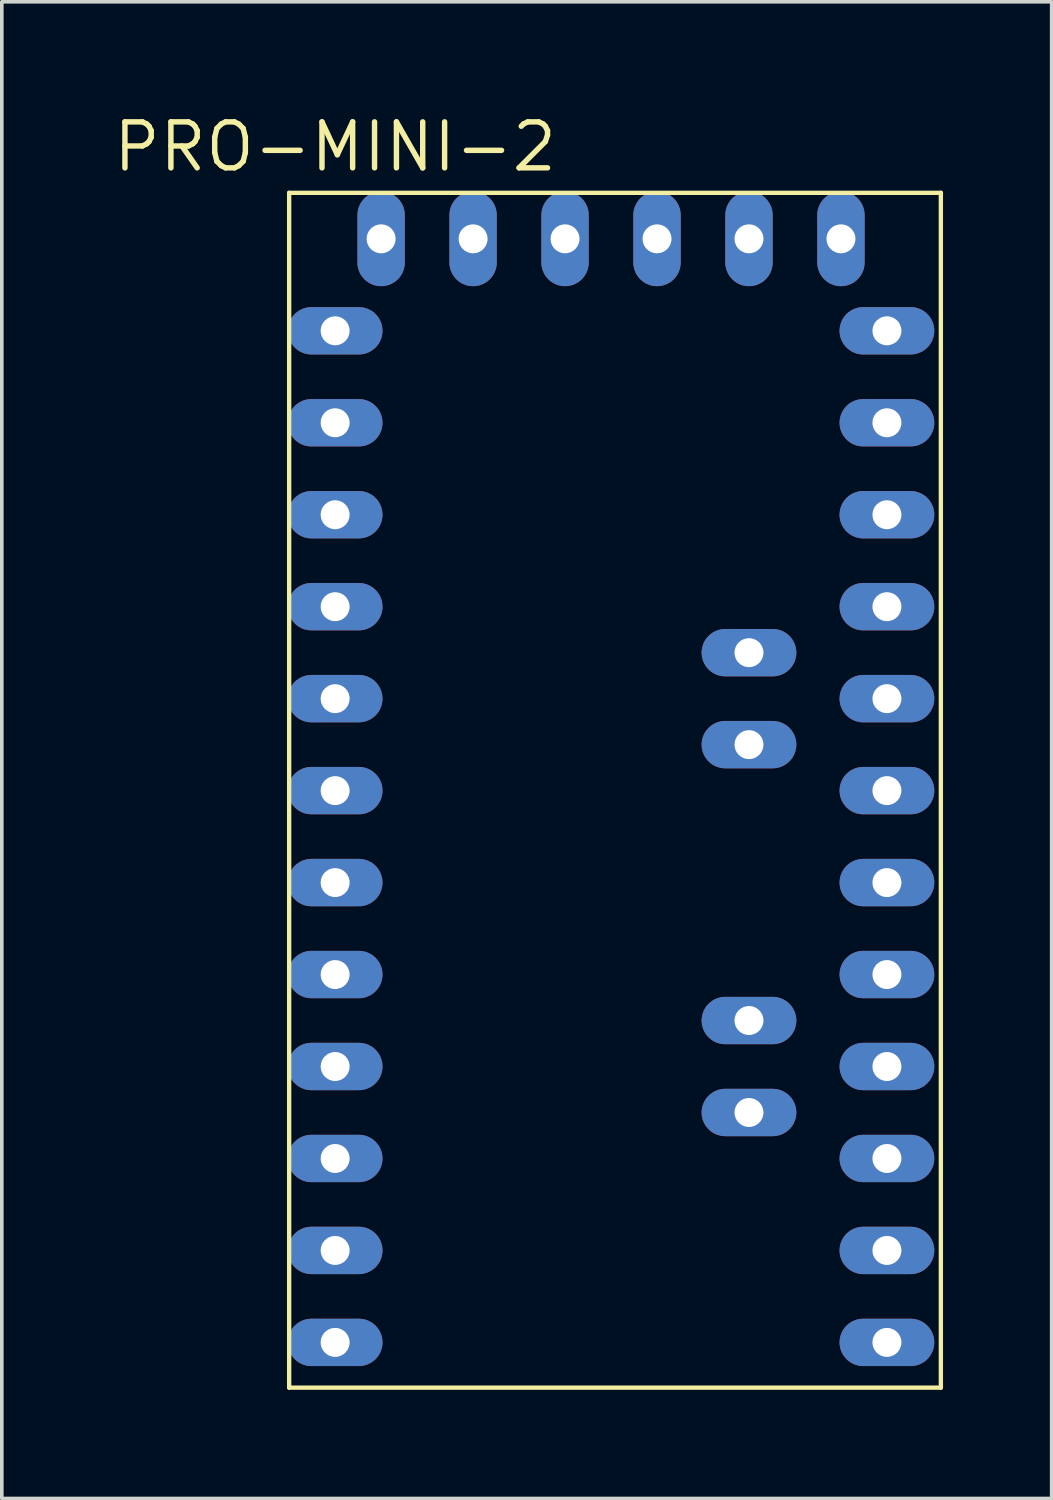
<source format=kicad_pcb>
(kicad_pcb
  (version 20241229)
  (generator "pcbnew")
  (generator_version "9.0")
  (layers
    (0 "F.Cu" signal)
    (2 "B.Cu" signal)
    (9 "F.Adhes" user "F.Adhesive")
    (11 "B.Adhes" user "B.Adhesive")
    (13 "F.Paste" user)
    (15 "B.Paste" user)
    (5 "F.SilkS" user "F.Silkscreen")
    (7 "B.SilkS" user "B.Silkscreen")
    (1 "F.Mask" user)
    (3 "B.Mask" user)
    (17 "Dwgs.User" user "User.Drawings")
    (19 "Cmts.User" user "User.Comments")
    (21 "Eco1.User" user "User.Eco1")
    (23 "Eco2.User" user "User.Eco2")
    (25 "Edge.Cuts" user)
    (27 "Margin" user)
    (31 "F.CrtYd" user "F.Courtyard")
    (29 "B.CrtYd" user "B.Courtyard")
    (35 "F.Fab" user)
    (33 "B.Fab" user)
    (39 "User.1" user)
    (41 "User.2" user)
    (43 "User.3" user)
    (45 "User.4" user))
  (footprint "PRO-MINI-2"
    (layer "F.Cu")
    (at 15.096 18.786)
    (property "Reference" "PRO-MINI-2" (at -8.89 -17.78 0) (layer "F.SilkS") (effects (font (size 1.27 1.27) (thickness 0.15))))
    (attr through_hole)
    (fp_line (start -10.16 -16.51) (end -10.16 16.49) (stroke (width 0.12) (type solid)) (layer "F.SilkS"))
    (fp_line (start -10.16 -16.51) (end 7.84 -16.51) (stroke (width 0.12) (type solid)) (layer "F.SilkS"))
    (fp_line (start -10.16 16.49) (end 7.84 16.49) (stroke (width 0.12) (type solid)) (layer "F.SilkS"))
    (fp_line (start 7.84 -16.51) (end 7.84 16.49) (stroke (width 0.12) (type solid)) (layer "F.SilkS"))
    (pad "A0" thru_hole oval (at 6.35 -2.54) (size 2.616 1.308) (drill 0.8) (layers "*.Cu" "*.Mask"))
    (pad "A1" thru_hole oval (at 6.35 0) (size 2.616 1.308) (drill 0.8) (layers "*.Cu" "*.Mask"))
    (pad "A2" thru_hole oval (at 6.35 2.54) (size 2.616 1.308) (drill 0.8) (layers "*.Cu" "*.Mask"))
    (pad "A3" thru_hole oval (at 6.35 5.08) (size 2.616 1.308) (drill 0.8) (layers "*.Cu" "*.Mask"))
    (pad "A4" thru_hole oval (at 2.54 -1.27 180) (size 2.616 1.308) (drill 0.8) (layers "*.Cu" "*.Mask"))
    (pad "A5" thru_hole oval (at 2.54 -3.81 180) (size 2.616 1.308) (drill 0.8) (layers "*.Cu" "*.Mask"))
    (pad "A6" thru_hole oval (at 2.54 8.89 180) (size 2.616 1.308) (drill 0.8) (layers "*.Cu" "*.Mask"))
    (pad "A7" thru_hole oval (at 2.54 6.35 180) (size 2.616 1.308) (drill 0.8) (layers "*.Cu" "*.Mask"))
    (pad "D2" thru_hole oval (at -8.89 -2.54) (size 2.616 1.308) (drill 0.8) (layers "*.Cu" "*.Mask"))
    (pad "D3" thru_hole oval (at -8.89 0) (size 2.616 1.308) (drill 0.8) (layers "*.Cu" "*.Mask"))
    (pad "D4" thru_hole oval (at -8.89 2.54) (size 2.616 1.308) (drill 0.8) (layers "*.Cu" "*.Mask"))
    (pad "D5" thru_hole oval (at -8.89 5.08) (size 2.616 1.308) (drill 0.8) (layers "*.Cu" "*.Mask"))
    (pad "D6" thru_hole oval (at -8.89 7.62) (size 2.616 1.308) (drill 0.8) (layers "*.Cu" "*.Mask"))
    (pad "D7" thru_hole oval (at -8.89 10.16) (size 2.616 1.308) (drill 0.8) (layers "*.Cu" "*.Mask"))
    (pad "D8" thru_hole oval (at -8.89 12.7) (size 2.616 1.308) (drill 0.8) (layers "*.Cu" "*.Mask"))
    (pad "D9" thru_hole oval (at -8.89 15.24) (size 2.616 1.308) (drill 0.8) (layers "*.Cu" "*.Mask"))
    (pad "D10" thru_hole oval (at 6.35 15.24) (size 2.616 1.308) (drill 0.8) (layers "*.Cu" "*.Mask"))
    (pad "D11" thru_hole oval (at 6.35 12.7) (size 2.616 1.308) (drill 0.8) (layers "*.Cu" "*.Mask"))
    (pad "D12" thru_hole oval (at 6.35 10.16) (size 2.616 1.308) (drill 0.8) (layers "*.Cu" "*.Mask"))
    (pad "D13" thru_hole oval (at 6.35 7.62) (size 2.616 1.308) (drill 0.8) (layers "*.Cu" "*.Mask"))
    (pad "DTR" thru_hole oval (at 5.08 -15.24 90) (size 2.616 1.308) (drill 0.8) (layers "*.Cu" "*.Mask"))
    (pad "GND" thru_hole oval (at 6.35 -10.16) (size 2.616 1.308) (drill 0.8) (layers "*.Cu" "*.Mask"))
    (pad "GND1" thru_hole oval (at -8.89 -5.08) (size 2.616 1.308) (drill 0.8) (layers "*.Cu" "*.Mask"))
    (pad "GND2" thru_hole oval (at -7.62 -15.24 90) (size 2.616 1.308) (drill 0.8) (layers "*.Cu" "*.Mask"))
    (pad "GND3" thru_hole oval (at -5.08 -15.24 90) (size 2.616 1.308) (drill 0.8) (layers "*.Cu" "*.Mask"))
    (pad "RAW" thru_hole oval (at 6.35 -12.7) (size 2.616 1.308) (drill 0.8) (layers "*.Cu" "*.Mask"))
    (pad "RST" thru_hole oval (at 6.35 -7.62) (size 2.616 1.308) (drill 0.8) (layers "*.Cu" "*.Mask"))
    (pad "RST1" thru_hole oval (at -8.89 -7.62) (size 2.616 1.308) (drill 0.8) (layers "*.Cu" "*.Mask"))
    (pad "RX1" thru_hole oval (at -8.89 -10.16) (size 2.616 1.308) (drill 0.8) (layers "*.Cu" "*.Mask"))
    (pad "RX1-1" thru_hole oval (at 0 -15.24 90) (size 2.616 1.308) (drill 0.8) (layers "*.Cu" "*.Mask"))
    (pad "TX0" thru_hole oval (at -8.89 -12.7) (size 2.616 1.308) (drill 0.8) (layers "*.Cu" "*.Mask"))
    (pad "TX0-1" thru_hole oval (at 2.54 -15.24 90) (size 2.616 1.308) (drill 0.8) (layers "*.Cu" "*.Mask"))
    (pad "VCC" thru_hole oval (at 6.35 -5.08) (size 2.616 1.308) (drill 0.8) (layers "*.Cu" "*.Mask"))
    (pad "VCC1" thru_hole oval (at -2.54 -15.24 90) (size 2.616 1.308) (drill 0.8) (layers "*.Cu" "*.Mask")))
  (gr_rect
    (start -3 -3)
    (end 25.996 38.336)
    (stroke (width 0.1) (type default))
    (fill no)
    (layer "Edge.Cuts")))
</source>
